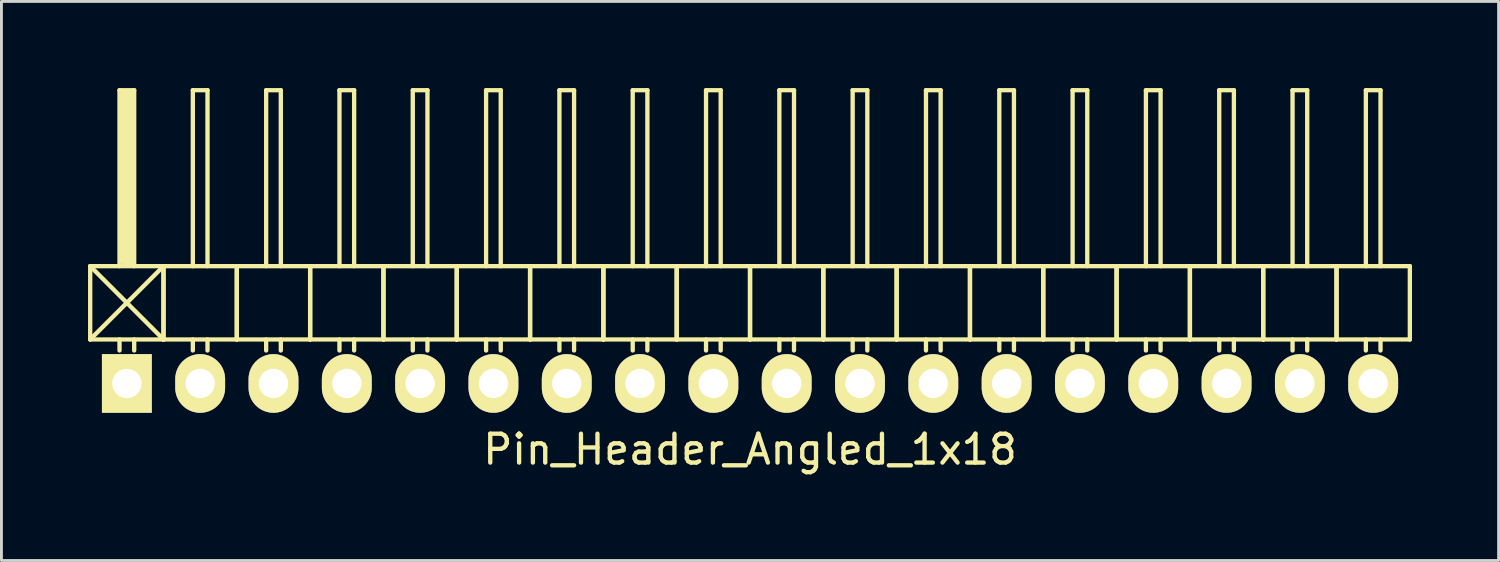
<source format=kicad_pcb>
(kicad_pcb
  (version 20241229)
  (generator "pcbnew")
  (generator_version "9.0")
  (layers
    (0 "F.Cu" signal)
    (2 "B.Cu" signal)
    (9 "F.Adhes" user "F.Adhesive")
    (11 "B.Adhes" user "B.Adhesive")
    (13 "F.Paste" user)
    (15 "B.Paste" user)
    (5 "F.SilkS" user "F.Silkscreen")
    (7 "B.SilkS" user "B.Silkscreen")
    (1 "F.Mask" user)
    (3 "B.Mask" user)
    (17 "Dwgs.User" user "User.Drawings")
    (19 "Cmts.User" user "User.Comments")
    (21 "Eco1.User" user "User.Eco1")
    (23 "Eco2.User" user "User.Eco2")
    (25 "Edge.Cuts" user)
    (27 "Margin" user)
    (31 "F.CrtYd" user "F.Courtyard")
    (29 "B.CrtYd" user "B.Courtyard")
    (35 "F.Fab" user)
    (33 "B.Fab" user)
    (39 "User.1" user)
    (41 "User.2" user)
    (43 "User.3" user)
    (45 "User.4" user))
  (footprint "Pin_Header_Angled_1x18"
    (layer "F.Cu")
    (at 22.935 10.235)
    (property "Reference" "Pin_Header_Angled_1x18" (at 0 2.286 0) (layer "F.SilkS") (effects (font (size 1 1) (thickness 0.15))))
    (attr through_hole)
    (fp_line (start -22.86 -4.064) (end -20.32 -1.524) (stroke (width 0.15) (type solid)) (layer "F.SilkS"))
    (fp_line (start -22.86 -1.524) (end -22.86 -4.064) (stroke (width 0.15) (type solid)) (layer "F.SilkS"))
    (fp_line (start -22.86 -1.524) (end -20.32 -1.524) (stroke (width 0.15) (type solid)) (layer "F.SilkS"))
    (fp_line (start -21.844 -10.16) (end -21.336 -10.16) (stroke (width 0.15) (type solid)) (layer "F.SilkS"))
    (fp_line (start -21.844 -4.064) (end -21.844 -10.16) (stroke (width 0.15) (type solid)) (layer "F.SilkS"))
    (fp_line (start -21.844 -1.524) (end -21.844 -1.143) (stroke (width 0.15) (type solid)) (layer "F.SilkS"))
    (fp_line (start -21.717 -10.033) (end -21.463 -10.033) (stroke (width 0.15) (type solid)) (layer "F.SilkS"))
    (fp_line (start -21.717 -4.191) (end -21.717 -10.033) (stroke (width 0.15) (type solid)) (layer "F.SilkS"))
    (fp_line (start -21.59 -4.191) (end -21.59 -10.033) (stroke (width 0.15) (type solid)) (layer "F.SilkS"))
    (fp_line (start -21.463 -10.033) (end -21.463 -4.191) (stroke (width 0.15) (type solid)) (layer "F.SilkS"))
    (fp_line (start -21.463 -4.191) (end -21.59 -4.191) (stroke (width 0.15) (type solid)) (layer "F.SilkS"))
    (fp_line (start -21.336 -10.16) (end -21.336 -4.064) (stroke (width 0.15) (type solid)) (layer "F.SilkS"))
    (fp_line (start -21.336 -1.524) (end -21.336 -1.143) (stroke (width 0.15) (type solid)) (layer "F.SilkS"))
    (fp_line (start -20.32 -4.064) (end -22.86 -4.064) (stroke (width 0.15) (type solid)) (layer "F.SilkS"))
    (fp_line (start -20.32 -4.064) (end -22.86 -1.524) (stroke (width 0.15) (type solid)) (layer "F.SilkS"))
    (fp_line (start -20.32 -1.524) (end -20.32 -4.064) (stroke (width 0.15) (type solid)) (layer "F.SilkS"))
    (fp_line (start -20.32 -1.524) (end -20.32 -4.064) (stroke (width 0.15) (type solid)) (layer "F.SilkS"))
    (fp_line (start -20.32 -1.524) (end -17.78 -1.524) (stroke (width 0.15) (type solid)) (layer "F.SilkS"))
    (fp_line (start -19.304 -10.16) (end -18.796 -10.16) (stroke (width 0.15) (type solid)) (layer "F.SilkS"))
    (fp_line (start -19.304 -4.064) (end -19.304 -10.16) (stroke (width 0.15) (type solid)) (layer "F.SilkS"))
    (fp_line (start -19.304 -1.524) (end -19.304 -1.143) (stroke (width 0.15) (type solid)) (layer "F.SilkS"))
    (fp_line (start -18.796 -10.16) (end -18.796 -4.064) (stroke (width 0.15) (type solid)) (layer "F.SilkS"))
    (fp_line (start -18.796 -1.524) (end -18.796 -1.143) (stroke (width 0.15) (type solid)) (layer "F.SilkS"))
    (fp_line (start -17.78 -4.064) (end -20.32 -4.064) (stroke (width 0.15) (type solid)) (layer "F.SilkS"))
    (fp_line (start -17.78 -1.524) (end -17.78 -4.064) (stroke (width 0.15) (type solid)) (layer "F.SilkS"))
    (fp_line (start -17.78 -1.524) (end -17.78 -4.064) (stroke (width 0.15) (type solid)) (layer "F.SilkS"))
    (fp_line (start -17.78 -1.524) (end -15.24 -1.524) (stroke (width 0.15) (type solid)) (layer "F.SilkS"))
    (fp_line (start -16.764 -10.16) (end -16.256 -10.16) (stroke (width 0.15) (type solid)) (layer "F.SilkS"))
    (fp_line (start -16.764 -4.064) (end -16.764 -10.16) (stroke (width 0.15) (type solid)) (layer "F.SilkS"))
    (fp_line (start -16.764 -1.524) (end -16.764 -1.143) (stroke (width 0.15) (type solid)) (layer "F.SilkS"))
    (fp_line (start -16.256 -10.16) (end -16.256 -4.064) (stroke (width 0.15) (type solid)) (layer "F.SilkS"))
    (fp_line (start -16.256 -1.524) (end -16.256 -1.143) (stroke (width 0.15) (type solid)) (layer "F.SilkS"))
    (fp_line (start -15.24 -4.064) (end -17.78 -4.064) (stroke (width 0.15) (type solid)) (layer "F.SilkS"))
    (fp_line (start -15.24 -1.524) (end -15.24 -4.064) (stroke (width 0.15) (type solid)) (layer "F.SilkS"))
    (fp_line (start -15.24 -1.524) (end -15.24 -4.064) (stroke (width 0.15) (type solid)) (layer "F.SilkS"))
    (fp_line (start -15.24 -1.524) (end -12.7 -1.524) (stroke (width 0.15) (type solid)) (layer "F.SilkS"))
    (fp_line (start -14.224 -10.16) (end -13.716 -10.16) (stroke (width 0.15) (type solid)) (layer "F.SilkS"))
    (fp_line (start -14.224 -4.064) (end -14.224 -10.16) (stroke (width 0.15) (type solid)) (layer "F.SilkS"))
    (fp_line (start -14.224 -1.524) (end -14.224 -1.143) (stroke (width 0.15) (type solid)) (layer "F.SilkS"))
    (fp_line (start -13.716 -10.16) (end -13.716 -4.064) (stroke (width 0.15) (type solid)) (layer "F.SilkS"))
    (fp_line (start -13.716 -1.524) (end -13.716 -1.143) (stroke (width 0.15) (type solid)) (layer "F.SilkS"))
    (fp_line (start -12.7 -4.064) (end -15.24 -4.064) (stroke (width 0.15) (type solid)) (layer "F.SilkS"))
    (fp_line (start -12.7 -1.524) (end -12.7 -4.064) (stroke (width 0.15) (type solid)) (layer "F.SilkS"))
    (fp_line (start -12.7 -1.524) (end -12.7 -4.064) (stroke (width 0.15) (type solid)) (layer "F.SilkS"))
    (fp_line (start -12.7 -1.524) (end -10.16 -1.524) (stroke (width 0.15) (type solid)) (layer "F.SilkS"))
    (fp_line (start -11.684 -10.16) (end -11.176 -10.16) (stroke (width 0.15) (type solid)) (layer "F.SilkS"))
    (fp_line (start -11.684 -4.064) (end -11.684 -10.16) (stroke (width 0.15) (type solid)) (layer "F.SilkS"))
    (fp_line (start -11.684 -1.524) (end -11.684 -1.143) (stroke (width 0.15) (type solid)) (layer "F.SilkS"))
    (fp_line (start -11.176 -10.16) (end -11.176 -4.064) (stroke (width 0.15) (type solid)) (layer "F.SilkS"))
    (fp_line (start -11.176 -1.524) (end -11.176 -1.143) (stroke (width 0.15) (type solid)) (layer "F.SilkS"))
    (fp_line (start -10.16 -4.064) (end -12.7 -4.064) (stroke (width 0.15) (type solid)) (layer "F.SilkS"))
    (fp_line (start -10.16 -1.524) (end -10.16 -4.064) (stroke (width 0.15) (type solid)) (layer "F.SilkS"))
    (fp_line (start -10.16 -1.524) (end -10.16 -4.064) (stroke (width 0.15) (type solid)) (layer "F.SilkS"))
    (fp_line (start -10.16 -1.524) (end -7.62 -1.524) (stroke (width 0.15) (type solid)) (layer "F.SilkS"))
    (fp_line (start -9.144 -10.16) (end -8.636 -10.16) (stroke (width 0.15) (type solid)) (layer "F.SilkS"))
    (fp_line (start -9.144 -4.064) (end -9.144 -10.16) (stroke (width 0.15) (type solid)) (layer "F.SilkS"))
    (fp_line (start -9.144 -1.524) (end -9.144 -1.143) (stroke (width 0.15) (type solid)) (layer "F.SilkS"))
    (fp_line (start -8.636 -10.16) (end -8.636 -4.064) (stroke (width 0.15) (type solid)) (layer "F.SilkS"))
    (fp_line (start -8.636 -1.524) (end -8.636 -1.143) (stroke (width 0.15) (type solid)) (layer "F.SilkS"))
    (fp_line (start -7.62 -4.064) (end -10.16 -4.064) (stroke (width 0.15) (type solid)) (layer "F.SilkS"))
    (fp_line (start -7.62 -1.524) (end -7.62 -4.064) (stroke (width 0.15) (type solid)) (layer "F.SilkS"))
    (fp_line (start -7.62 -1.524) (end -7.62 -4.064) (stroke (width 0.15) (type solid)) (layer "F.SilkS"))
    (fp_line (start -7.62 -1.524) (end -5.08 -1.524) (stroke (width 0.15) (type solid)) (layer "F.SilkS"))
    (fp_line (start -6.604 -10.16) (end -6.096 -10.16) (stroke (width 0.15) (type solid)) (layer "F.SilkS"))
    (fp_line (start -6.604 -4.064) (end -6.604 -10.16) (stroke (width 0.15) (type solid)) (layer "F.SilkS"))
    (fp_line (start -6.604 -1.524) (end -6.604 -1.143) (stroke (width 0.15) (type solid)) (layer "F.SilkS"))
    (fp_line (start -6.096 -10.16) (end -6.096 -4.064) (stroke (width 0.15) (type solid)) (layer "F.SilkS"))
    (fp_line (start -6.096 -1.524) (end -6.096 -1.143) (stroke (width 0.15) (type solid)) (layer "F.SilkS"))
    (fp_line (start -5.08 -4.064) (end -7.62 -4.064) (stroke (width 0.15) (type solid)) (layer "F.SilkS"))
    (fp_line (start -5.08 -1.524) (end -5.08 -4.064) (stroke (width 0.15) (type solid)) (layer "F.SilkS"))
    (fp_line (start -5.08 -1.524) (end -5.08 -4.064) (stroke (width 0.15) (type solid)) (layer "F.SilkS"))
    (fp_line (start -5.08 -1.524) (end -2.54 -1.524) (stroke (width 0.15) (type solid)) (layer "F.SilkS"))
    (fp_line (start -4.064 -10.16) (end -3.556 -10.16) (stroke (width 0.15) (type solid)) (layer "F.SilkS"))
    (fp_line (start -4.064 -4.064) (end -4.064 -10.16) (stroke (width 0.15) (type solid)) (layer "F.SilkS"))
    (fp_line (start -4.064 -1.524) (end -4.064 -1.143) (stroke (width 0.15) (type solid)) (layer "F.SilkS"))
    (fp_line (start -3.556 -10.16) (end -3.556 -4.064) (stroke (width 0.15) (type solid)) (layer "F.SilkS"))
    (fp_line (start -3.556 -1.524) (end -3.556 -1.143) (stroke (width 0.15) (type solid)) (layer "F.SilkS"))
    (fp_line (start -2.54 -4.064) (end -5.08 -4.064) (stroke (width 0.15) (type solid)) (layer "F.SilkS"))
    (fp_line (start -2.54 -1.524) (end -2.54 -4.064) (stroke (width 0.15) (type solid)) (layer "F.SilkS"))
    (fp_line (start -2.54 -1.524) (end -2.54 -4.064) (stroke (width 0.15) (type solid)) (layer "F.SilkS"))
    (fp_line (start -2.54 -1.524) (end 0 -1.524) (stroke (width 0.15) (type solid)) (layer "F.SilkS"))
    (fp_line (start -1.524 -10.16) (end -1.016 -10.16) (stroke (width 0.15) (type solid)) (layer "F.SilkS"))
    (fp_line (start -1.524 -4.064) (end -1.524 -10.16) (stroke (width 0.15) (type solid)) (layer "F.SilkS"))
    (fp_line (start -1.524 -1.524) (end -1.524 -1.143) (stroke (width 0.15) (type solid)) (layer "F.SilkS"))
    (fp_line (start -1.016 -10.16) (end -1.016 -4.064) (stroke (width 0.15) (type solid)) (layer "F.SilkS"))
    (fp_line (start -1.016 -1.524) (end -1.016 -1.143) (stroke (width 0.15) (type solid)) (layer "F.SilkS"))
    (fp_line (start 0 -4.064) (end -2.54 -4.064) (stroke (width 0.15) (type solid)) (layer "F.SilkS"))
    (fp_line (start 0 -1.524) (end 0 -4.064) (stroke (width 0.15) (type solid)) (layer "F.SilkS"))
    (fp_line (start 0 -1.524) (end 0 -4.064) (stroke (width 0.15) (type solid)) (layer "F.SilkS"))
    (fp_line (start 0 -1.524) (end 2.54 -1.524) (stroke (width 0.15) (type solid)) (layer "F.SilkS"))
    (fp_line (start 1.016 -10.16) (end 1.524 -10.16) (stroke (width 0.15) (type solid)) (layer "F.SilkS"))
    (fp_line (start 1.016 -4.064) (end 1.016 -10.16) (stroke (width 0.15) (type solid)) (layer "F.SilkS"))
    (fp_line (start 1.016 -1.524) (end 1.016 -1.143) (stroke (width 0.15) (type solid)) (layer "F.SilkS"))
    (fp_line (start 1.524 -10.16) (end 1.524 -4.064) (stroke (width 0.15) (type solid)) (layer "F.SilkS"))
    (fp_line (start 1.524 -1.524) (end 1.524 -1.143) (stroke (width 0.15) (type solid)) (layer "F.SilkS"))
    (fp_line (start 2.54 -4.064) (end 0 -4.064) (stroke (width 0.15) (type solid)) (layer "F.SilkS"))
    (fp_line (start 2.54 -1.524) (end 2.54 -4.064) (stroke (width 0.15) (type solid)) (layer "F.SilkS"))
    (fp_line (start 2.54 -1.524) (end 2.54 -4.064) (stroke (width 0.15) (type solid)) (layer "F.SilkS"))
    (fp_line (start 2.54 -1.524) (end 5.08 -1.524) (stroke (width 0.15) (type solid)) (layer "F.SilkS"))
    (fp_line (start 3.556 -10.16) (end 4.064 -10.16) (stroke (width 0.15) (type solid)) (layer "F.SilkS"))
    (fp_line (start 3.556 -4.064) (end 3.556 -10.16) (stroke (width 0.15) (type solid)) (layer "F.SilkS"))
    (fp_line (start 3.556 -1.524) (end 3.556 -1.143) (stroke (width 0.15) (type solid)) (layer "F.SilkS"))
    (fp_line (start 4.064 -10.16) (end 4.064 -4.064) (stroke (width 0.15) (type solid)) (layer "F.SilkS"))
    (fp_line (start 4.064 -1.524) (end 4.064 -1.143) (stroke (width 0.15) (type solid)) (layer "F.SilkS"))
    (fp_line (start 5.08 -4.064) (end 2.54 -4.064) (stroke (width 0.15) (type solid)) (layer "F.SilkS"))
    (fp_line (start 5.08 -1.524) (end 5.08 -4.064) (stroke (width 0.15) (type solid)) (layer "F.SilkS"))
    (fp_line (start 5.08 -1.524) (end 5.08 -4.064) (stroke (width 0.15) (type solid)) (layer "F.SilkS"))
    (fp_line (start 5.08 -1.524) (end 7.62 -1.524) (stroke (width 0.15) (type solid)) (layer "F.SilkS"))
    (fp_line (start 6.096 -10.16) (end 6.604 -10.16) (stroke (width 0.15) (type solid)) (layer "F.SilkS"))
    (fp_line (start 6.096 -4.064) (end 6.096 -10.16) (stroke (width 0.15) (type solid)) (layer "F.SilkS"))
    (fp_line (start 6.096 -1.524) (end 6.096 -1.143) (stroke (width 0.15) (type solid)) (layer "F.SilkS"))
    (fp_line (start 6.604 -10.16) (end 6.604 -4.064) (stroke (width 0.15) (type solid)) (layer "F.SilkS"))
    (fp_line (start 6.604 -1.524) (end 6.604 -1.143) (stroke (width 0.15) (type solid)) (layer "F.SilkS"))
    (fp_line (start 7.62 -4.064) (end 5.08 -4.064) (stroke (width 0.15) (type solid)) (layer "F.SilkS"))
    (fp_line (start 7.62 -1.524) (end 7.62 -4.064) (stroke (width 0.15) (type solid)) (layer "F.SilkS"))
    (fp_line (start 7.62 -1.524) (end 7.62 -4.064) (stroke (width 0.15) (type solid)) (layer "F.SilkS"))
    (fp_line (start 7.62 -1.524) (end 10.16 -1.524) (stroke (width 0.15) (type solid)) (layer "F.SilkS"))
    (fp_line (start 8.636 -10.16) (end 9.144 -10.16) (stroke (width 0.15) (type solid)) (layer "F.SilkS"))
    (fp_line (start 8.636 -4.064) (end 8.636 -10.16) (stroke (width 0.15) (type solid)) (layer "F.SilkS"))
    (fp_line (start 8.636 -1.524) (end 8.636 -1.143) (stroke (width 0.15) (type solid)) (layer "F.SilkS"))
    (fp_line (start 9.144 -10.16) (end 9.144 -4.064) (stroke (width 0.15) (type solid)) (layer "F.SilkS"))
    (fp_line (start 9.144 -1.524) (end 9.144 -1.143) (stroke (width 0.15) (type solid)) (layer "F.SilkS"))
    (fp_line (start 10.16 -4.064) (end 7.62 -4.064) (stroke (width 0.15) (type solid)) (layer "F.SilkS"))
    (fp_line (start 10.16 -1.524) (end 10.16 -4.064) (stroke (width 0.15) (type solid)) (layer "F.SilkS"))
    (fp_line (start 10.16 -1.524) (end 10.16 -4.064) (stroke (width 0.15) (type solid)) (layer "F.SilkS"))
    (fp_line (start 10.16 -1.524) (end 12.7 -1.524) (stroke (width 0.15) (type solid)) (layer "F.SilkS"))
    (fp_line (start 11.176 -10.16) (end 11.684 -10.16) (stroke (width 0.15) (type solid)) (layer "F.SilkS"))
    (fp_line (start 11.176 -4.064) (end 11.176 -10.16) (stroke (width 0.15) (type solid)) (layer "F.SilkS"))
    (fp_line (start 11.176 -1.524) (end 11.176 -1.143) (stroke (width 0.15) (type solid)) (layer "F.SilkS"))
    (fp_line (start 11.684 -10.16) (end 11.684 -4.064) (stroke (width 0.15) (type solid)) (layer "F.SilkS"))
    (fp_line (start 11.684 -1.524) (end 11.684 -1.143) (stroke (width 0.15) (type solid)) (layer "F.SilkS"))
    (fp_line (start 12.7 -4.064) (end 10.16 -4.064) (stroke (width 0.15) (type solid)) (layer "F.SilkS"))
    (fp_line (start 12.7 -1.524) (end 12.7 -4.064) (stroke (width 0.15) (type solid)) (layer "F.SilkS"))
    (fp_line (start 12.7 -1.524) (end 12.7 -4.064) (stroke (width 0.15) (type solid)) (layer "F.SilkS"))
    (fp_line (start 12.7 -1.524) (end 15.24 -1.524) (stroke (width 0.15) (type solid)) (layer "F.SilkS"))
    (fp_line (start 13.716 -10.16) (end 14.224 -10.16) (stroke (width 0.15) (type solid)) (layer "F.SilkS"))
    (fp_line (start 13.716 -4.064) (end 13.716 -10.16) (stroke (width 0.15) (type solid)) (layer "F.SilkS"))
    (fp_line (start 13.716 -1.524) (end 13.716 -1.143) (stroke (width 0.15) (type solid)) (layer "F.SilkS"))
    (fp_line (start 14.224 -10.16) (end 14.224 -4.064) (stroke (width 0.15) (type solid)) (layer "F.SilkS"))
    (fp_line (start 14.224 -1.524) (end 14.224 -1.143) (stroke (width 0.15) (type solid)) (layer "F.SilkS"))
    (fp_line (start 15.24 -4.064) (end 12.7 -4.064) (stroke (width 0.15) (type solid)) (layer "F.SilkS"))
    (fp_line (start 15.24 -1.524) (end 15.24 -4.064) (stroke (width 0.15) (type solid)) (layer "F.SilkS"))
    (fp_line (start 15.24 -1.524) (end 15.24 -4.064) (stroke (width 0.15) (type solid)) (layer "F.SilkS"))
    (fp_line (start 15.24 -1.524) (end 17.78 -1.524) (stroke (width 0.15) (type solid)) (layer "F.SilkS"))
    (fp_line (start 16.256 -10.16) (end 16.764 -10.16) (stroke (width 0.15) (type solid)) (layer "F.SilkS"))
    (fp_line (start 16.256 -4.064) (end 16.256 -10.16) (stroke (width 0.15) (type solid)) (layer "F.SilkS"))
    (fp_line (start 16.256 -1.524) (end 16.256 -1.143) (stroke (width 0.15) (type solid)) (layer "F.SilkS"))
    (fp_line (start 16.764 -10.16) (end 16.764 -4.064) (stroke (width 0.15) (type solid)) (layer "F.SilkS"))
    (fp_line (start 16.764 -1.524) (end 16.764 -1.143) (stroke (width 0.15) (type solid)) (layer "F.SilkS"))
    (fp_line (start 17.78 -4.064) (end 15.24 -4.064) (stroke (width 0.15) (type solid)) (layer "F.SilkS"))
    (fp_line (start 17.78 -1.524) (end 17.78 -4.064) (stroke (width 0.15) (type solid)) (layer "F.SilkS"))
    (fp_line (start 17.78 -1.524) (end 17.78 -4.064) (stroke (width 0.15) (type solid)) (layer "F.SilkS"))
    (fp_line (start 17.78 -1.524) (end 20.32 -1.524) (stroke (width 0.15) (type solid)) (layer "F.SilkS"))
    (fp_line (start 18.796 -10.16) (end 19.304 -10.16) (stroke (width 0.15) (type solid)) (layer "F.SilkS"))
    (fp_line (start 18.796 -4.064) (end 18.796 -10.16) (stroke (width 0.15) (type solid)) (layer "F.SilkS"))
    (fp_line (start 18.796 -1.524) (end 18.796 -1.143) (stroke (width 0.15) (type solid)) (layer "F.SilkS"))
    (fp_line (start 19.304 -10.16) (end 19.304 -4.064) (stroke (width 0.15) (type solid)) (layer "F.SilkS"))
    (fp_line (start 19.304 -1.524) (end 19.304 -1.143) (stroke (width 0.15) (type solid)) (layer "F.SilkS"))
    (fp_line (start 20.32 -4.064) (end 17.78 -4.064) (stroke (width 0.15) (type solid)) (layer "F.SilkS"))
    (fp_line (start 20.32 -1.524) (end 20.32 -4.064) (stroke (width 0.15) (type solid)) (layer "F.SilkS"))
    (fp_line (start 20.32 -1.524) (end 20.32 -4.064) (stroke (width 0.15) (type solid)) (layer "F.SilkS"))
    (fp_line (start 20.32 -1.524) (end 22.86 -1.524) (stroke (width 0.15) (type solid)) (layer "F.SilkS"))
    (fp_line (start 21.336 -10.16) (end 21.844 -10.16) (stroke (width 0.15) (type solid)) (layer "F.SilkS"))
    (fp_line (start 21.336 -4.064) (end 21.336 -10.16) (stroke (width 0.15) (type solid)) (layer "F.SilkS"))
    (fp_line (start 21.336 -1.524) (end 21.336 -1.143) (stroke (width 0.15) (type solid)) (layer "F.SilkS"))
    (fp_line (start 21.844 -10.16) (end 21.844 -4.064) (stroke (width 0.15) (type solid)) (layer "F.SilkS"))
    (fp_line (start 21.844 -1.524) (end 21.844 -1.143) (stroke (width 0.15) (type solid)) (layer "F.SilkS"))
    (fp_line (start 22.86 -4.064) (end 20.32 -4.064) (stroke (width 0.15) (type solid)) (layer "F.SilkS"))
    (fp_line (start 22.86 -1.524) (end 22.86 -4.064) (stroke (width 0.15) (type solid)) (layer "F.SilkS"))
    (pad "1" thru_hole rect (at -21.59 0) (size 1.727 2.032) (drill 1.016) (layers "*.Cu" "*.Mask" "F.SilkS"))
    (pad "2" thru_hole oval (at -19.05 0) (size 1.727 2.032) (drill 1.016) (layers "*.Cu" "*.Mask" "F.SilkS"))
    (pad "3" thru_hole oval (at -16.51 0) (size 1.727 2.032) (drill 1.016) (layers "*.Cu" "*.Mask" "F.SilkS"))
    (pad "4" thru_hole oval (at -13.97 0) (size 1.727 2.032) (drill 1.016) (layers "*.Cu" "*.Mask" "F.SilkS"))
    (pad "5" thru_hole oval (at -11.43 0) (size 1.727 2.032) (drill 1.016) (layers "*.Cu" "*.Mask" "F.SilkS"))
    (pad "6" thru_hole oval (at -8.89 0) (size 1.727 2.032) (drill 1.016) (layers "*.Cu" "*.Mask" "F.SilkS"))
    (pad "7" thru_hole oval (at -6.35 0) (size 1.727 2.032) (drill 1.016) (layers "*.Cu" "*.Mask" "F.SilkS"))
    (pad "8" thru_hole oval (at -3.81 0) (size 1.727 2.032) (drill 1.016) (layers "*.Cu" "*.Mask" "F.SilkS"))
    (pad "9" thru_hole oval (at -1.27 0) (size 1.727 2.032) (drill 1.016) (layers "*.Cu" "*.Mask" "F.SilkS"))
    (pad "10" thru_hole oval (at 1.27 0) (size 1.727 2.032) (drill 1.016) (layers "*.Cu" "*.Mask" "F.SilkS"))
    (pad "11" thru_hole oval (at 3.81 0) (size 1.727 2.032) (drill 1.016) (layers "*.Cu" "*.Mask" "F.SilkS"))
    (pad "12" thru_hole oval (at 6.35 0) (size 1.727 2.032) (drill 1.016) (layers "*.Cu" "*.Mask" "F.SilkS"))
    (pad "13" thru_hole oval (at 8.89 0) (size 1.727 2.032) (drill 1.016) (layers "*.Cu" "*.Mask" "F.SilkS"))
    (pad "14" thru_hole oval (at 11.43 0) (size 1.727 2.032) (drill 1.016) (layers "*.Cu" "*.Mask" "F.SilkS"))
    (pad "15" thru_hole oval (at 13.97 0) (size 1.727 2.032) (drill 1.016) (layers "*.Cu" "*.Mask" "F.SilkS"))
    (pad "16" thru_hole oval (at 16.51 0) (size 1.727 2.032) (drill 1.016) (layers "*.Cu" "*.Mask" "F.SilkS"))
    (pad "17" thru_hole oval (at 19.05 0) (size 1.727 2.032) (drill 1.016) (layers "*.Cu" "*.Mask" "F.SilkS"))
    (pad "18" thru_hole oval (at 21.59 0) (size 1.727 2.032) (drill 1.016) (layers "*.Cu" "*.Mask" "F.SilkS")))
  (gr_rect
    (start -3 -3)
    (end 48.87 16.369)
    (stroke (width 0.1) (type default))
    (fill no)
    (layer "Edge.Cuts")))
</source>
